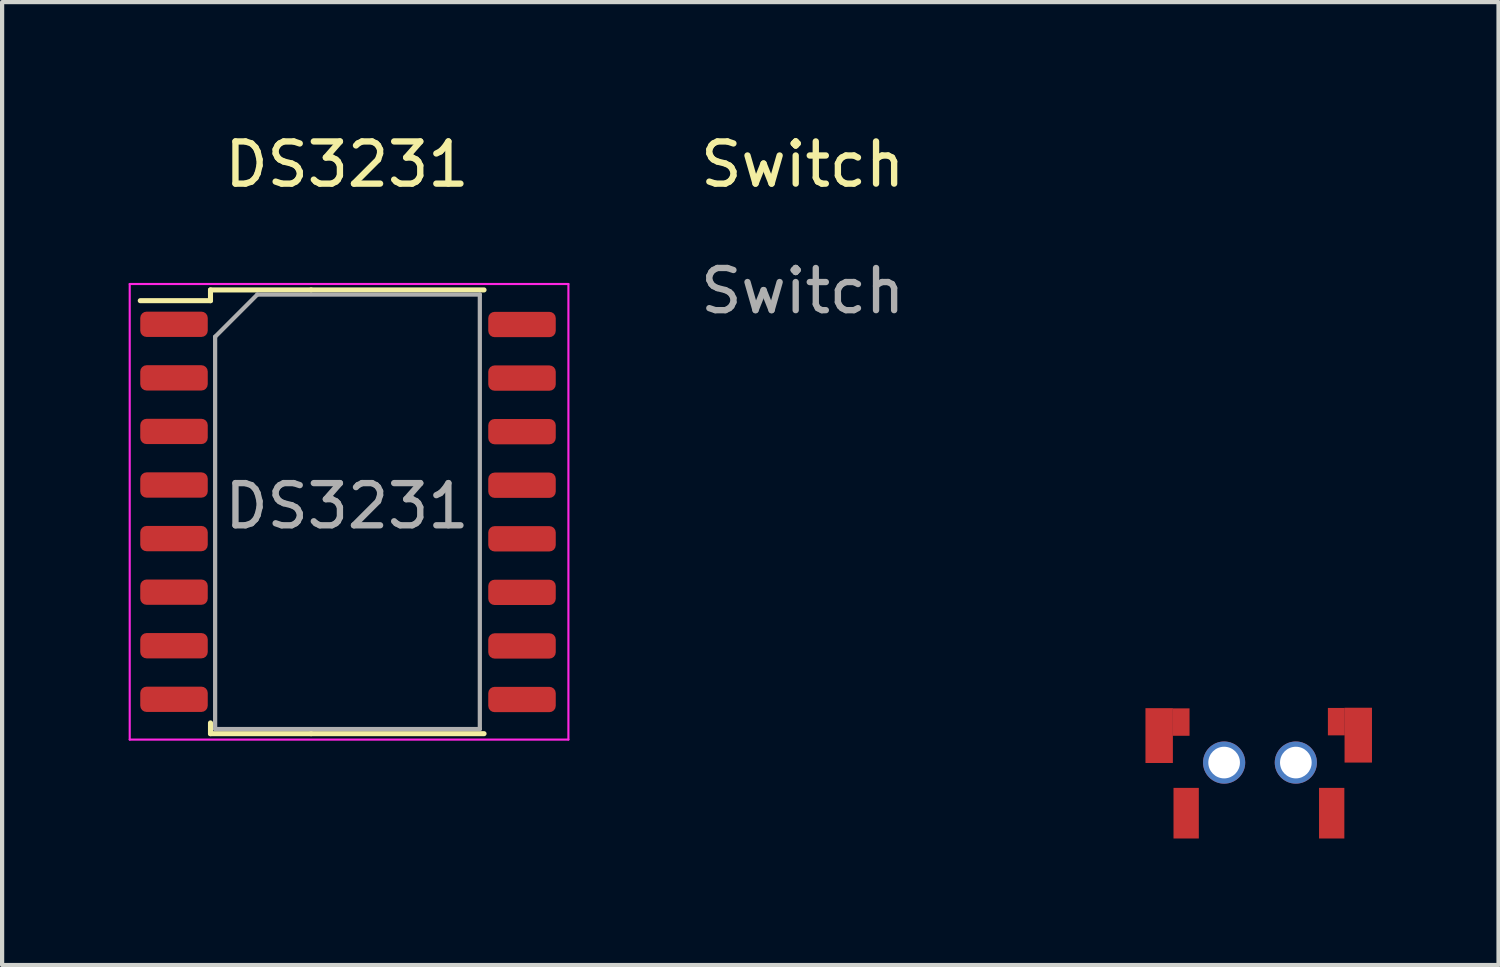
<source format=kicad_pcb>
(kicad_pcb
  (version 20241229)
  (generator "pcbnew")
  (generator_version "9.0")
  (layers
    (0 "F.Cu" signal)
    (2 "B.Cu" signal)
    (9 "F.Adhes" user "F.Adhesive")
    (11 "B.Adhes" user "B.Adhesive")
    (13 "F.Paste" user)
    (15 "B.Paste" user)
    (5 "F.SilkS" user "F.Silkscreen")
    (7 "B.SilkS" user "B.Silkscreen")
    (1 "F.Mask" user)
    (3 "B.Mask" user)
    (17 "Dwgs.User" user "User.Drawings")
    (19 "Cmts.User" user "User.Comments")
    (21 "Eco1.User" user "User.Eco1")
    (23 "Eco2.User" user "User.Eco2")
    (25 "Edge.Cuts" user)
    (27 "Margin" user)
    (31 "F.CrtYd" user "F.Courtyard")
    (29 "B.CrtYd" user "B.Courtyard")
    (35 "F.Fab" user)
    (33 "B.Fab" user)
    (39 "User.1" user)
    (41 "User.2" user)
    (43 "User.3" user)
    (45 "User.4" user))
  (footprint "DS3231"
    (layer "F.Cu")
    (at 5.375 8.448)
    (property "Reference" "DS3231" (at -0.2 -7.6 0) (unlocked yes) (layer "F.SilkS") (effects (font (size 1 1) (thickness 0.15))))
    (attr smd)
    (fp_line (start -3.435 -4.625) (end -3.435 -4.37) (stroke (width 0.12) (type solid)) (layer "F.SilkS"))
    (fp_line (start -3.435 -4.37) (end -5.1 -4.37) (stroke (width 0.12) (type solid)) (layer "F.SilkS"))
    (fp_line (start -3.435 5.895) (end -3.435 5.64) (stroke (width 0.12) (type solid)) (layer "F.SilkS"))
    (fp_line (start -1.05 -4.625) (end -3.435 -4.625) (stroke (width 0.12) (type solid)) (layer "F.SilkS"))
    (fp_line (start -1.05 -4.625) (end 3.05 -4.625) (stroke (width 0.12) (type solid)) (layer "F.SilkS"))
    (fp_line (start -1.05 5.895) (end -3.435 5.895) (stroke (width 0.12) (type solid)) (layer "F.SilkS"))
    (fp_line (start -1.05 5.895) (end 3.05 5.895) (stroke (width 0.12) (type solid)) (layer "F.SilkS"))
    (fp_line (start -5.35 -4.765) (end -5.35 6.035) (stroke (width 0.05) (type solid)) (layer "F.CrtYd"))
    (fp_line (start -5.35 6.035) (end 5.05 6.035) (stroke (width 0.05) (type solid)) (layer "F.CrtYd"))
    (fp_line (start 5.05 -4.765) (end -5.35 -4.765) (stroke (width 0.05) (type solid)) (layer "F.CrtYd"))
    (fp_line (start 5.05 6.035) (end 5.05 -4.765) (stroke (width 0.05) (type solid)) (layer "F.CrtYd"))
    (fp_line (start -3.325 -3.515) (end -2.325 -4.515) (stroke (width 0.1) (type solid)) (layer "F.Fab"))
    (fp_line (start -3.325 5.785) (end -3.325 -3.515) (stroke (width 0.1) (type solid)) (layer "F.Fab"))
    (fp_line (start -3.325 5.785) (end 2.95 5.785) (stroke (width 0.1) (type solid)) (layer "F.Fab"))
    (fp_line (start -2.325 -4.515) (end 2.95 -4.515) (stroke (width 0.1) (type solid)) (layer "F.Fab"))
    (fp_line (start 2.95 -4.515) (end 2.95 5.785) (stroke (width 0.1) (type solid)) (layer "F.Fab"))
    (fp_text user "${REFERENCE}" (at -0.2 0.5 0) (unlocked yes) (layer "F.Fab") (effects (font (size 1 1) (thickness 0.15))))
    (pad "1" smd roundrect (at -4.3 -3.81) (size 1.6 0.6) (layers "F.Cu" "F.Mask" "F.Paste") (roundrect_rratio 0.25))
    (pad "2" smd roundrect (at -4.3 -2.54) (size 1.6 0.6) (layers "F.Cu" "F.Mask" "F.Paste") (roundrect_rratio 0.25))
    (pad "3" smd roundrect (at -4.3 -1.27) (size 1.6 0.6) (layers "F.Cu" "F.Mask" "F.Paste") (roundrect_rratio 0.25))
    (pad "4" smd roundrect (at -4.3 0) (size 1.6 0.6) (layers "F.Cu" "F.Mask" "F.Paste") (roundrect_rratio 0.25))
    (pad "5" smd roundrect (at -4.3 1.27) (size 1.6 0.6) (layers "F.Cu" "F.Mask" "F.Paste") (roundrect_rratio 0.25))
    (pad "6" smd roundrect (at -4.3 2.54) (size 1.6 0.6) (layers "F.Cu" "F.Mask" "F.Paste") (roundrect_rratio 0.25))
    (pad "7" smd roundrect (at -4.3 3.81) (size 1.6 0.6) (layers "F.Cu" "F.Mask" "F.Paste") (roundrect_rratio 0.25))
    (pad "8" smd roundrect (at -4.3 5.08) (size 1.6 0.6) (layers "F.Cu" "F.Mask" "F.Paste") (roundrect_rratio 0.25))
    (pad "9" smd roundrect (at 3.95 5.085) (size 1.6 0.6) (layers "F.Cu" "F.Mask" "F.Paste") (roundrect_rratio 0.25))
    (pad "10" smd roundrect (at 3.95 3.815) (size 1.6 0.6) (layers "F.Cu" "F.Mask" "F.Paste") (roundrect_rratio 0.25))
    (pad "11" smd roundrect (at 3.95 2.545) (size 1.6 0.6) (layers "F.Cu" "F.Mask" "F.Paste") (roundrect_rratio 0.25))
    (pad "12" smd roundrect (at 3.95 1.275) (size 1.6 0.6) (layers "F.Cu" "F.Mask" "F.Paste") (roundrect_rratio 0.25))
    (pad "13" smd roundrect (at 3.95 0.005) (size 1.6 0.6) (layers "F.Cu" "F.Mask" "F.Paste") (roundrect_rratio 0.25))
    (pad "14" smd roundrect (at 3.95 -1.265) (size 1.6 0.6) (layers "F.Cu" "F.Mask" "F.Paste") (roundrect_rratio 0.25))
    (pad "15" smd roundrect (at 3.95 -2.535) (size 1.6 0.6) (layers "F.Cu" "F.Mask" "F.Paste") (roundrect_rratio 0.25))
    (pad "16" smd roundrect (at 3.95 -3.805) (size 1.6 0.6) (layers "F.Cu" "F.Mask" "F.Paste") (roundrect_rratio 0.25)))
  (footprint "Switch"
    (layer "F.Cu")
    (at 26.88 15.048)
    (property "Reference" "Switch" (at -10.9 -14.2 0) (unlocked yes) (layer "F.SilkS") (effects (font (size 1 1) (thickness 0.15))))
    (attr smd)
    (fp_text user "${REFERENCE}" (at -10.9 -11.2 0) (unlocked yes) (layer "F.Fab") (effects (font (size 1 1) (thickness 0.15))))
    (pad "1" smd rect (at -1.81 1.18) (size 0.6 1.2) (layers "F.Cu" "F.Mask" "F.Paste"))
    (pad "2" smd rect (at 1.64 1.18) (size 0.6 1.2) (layers "F.Cu" "F.Mask" "F.Paste"))
    (pad "3" smd rect (at -2.45 -0.66) (size 0.65 1.3) (layers "F.Cu" "F.Mask" "F.Paste"))
    (pad "3" smd rect (at -1.93 -0.98) (size 0.4 0.65) (layers "F.Cu" "F.Mask" "F.Paste"))
    (pad "3" smd rect (at 1.75 -0.99) (size 0.4 0.65) (layers "F.Cu" "F.Mask" "F.Paste"))
    (pad "3" smd rect (at 2.27 -0.67) (size 0.65 1.3) (layers "F.Cu" "F.Mask" "F.Paste"))
    (pad "4" thru_hole circle (at -0.91 -0.02) (size 1 1) (drill 0.75) (layers "*.Cu" "*.Mask"))
    (pad "4" thru_hole circle (at 0.79 -0.02) (size 1 1) (drill 0.75) (layers "*.Cu" "*.Mask")))
  (gr_rect
    (start -3 -3)
    (end 32.475 19.828)
    (stroke (width 0.1) (type default))
    (fill no)
    (layer "Edge.Cuts")))
</source>
